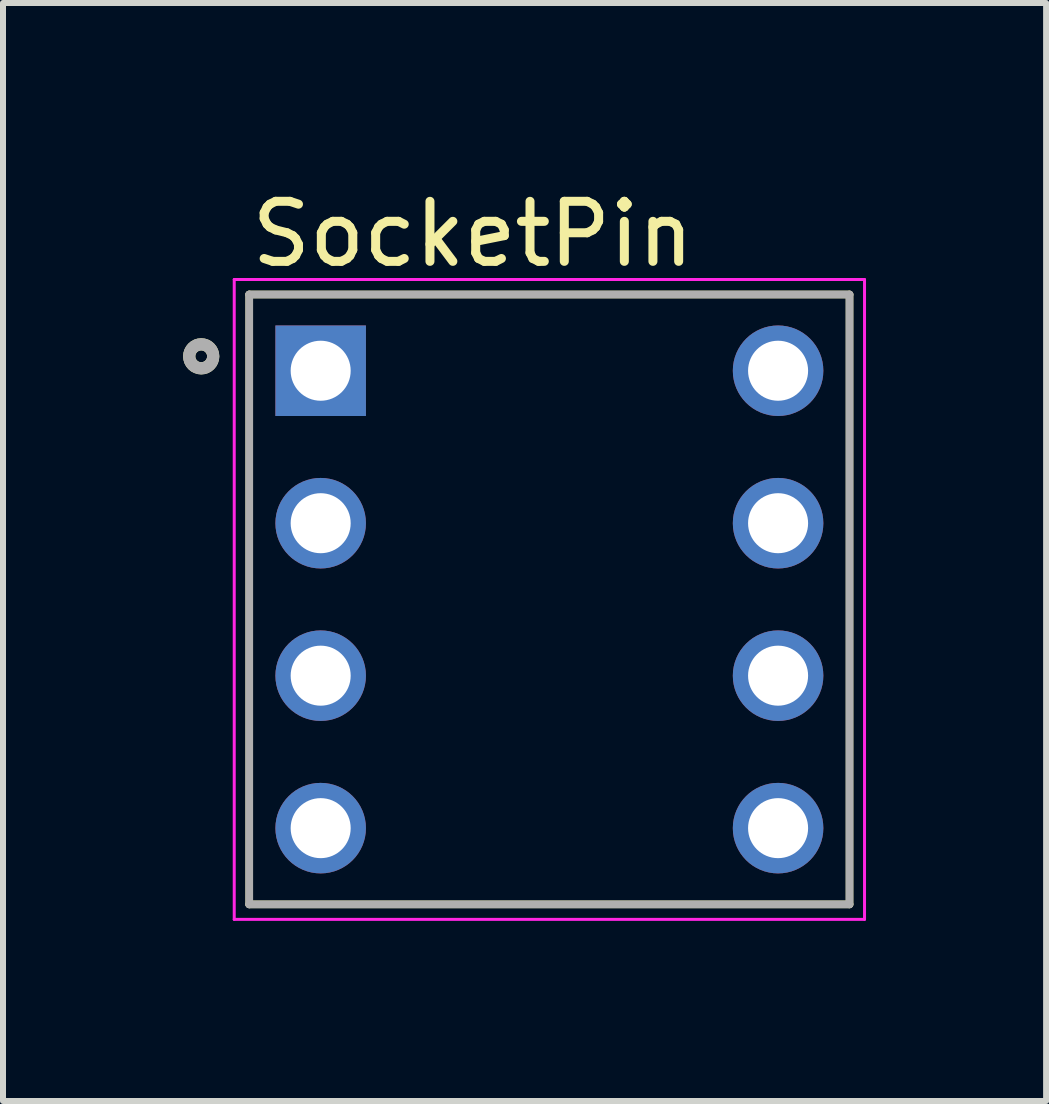
<source format=kicad_pcb>
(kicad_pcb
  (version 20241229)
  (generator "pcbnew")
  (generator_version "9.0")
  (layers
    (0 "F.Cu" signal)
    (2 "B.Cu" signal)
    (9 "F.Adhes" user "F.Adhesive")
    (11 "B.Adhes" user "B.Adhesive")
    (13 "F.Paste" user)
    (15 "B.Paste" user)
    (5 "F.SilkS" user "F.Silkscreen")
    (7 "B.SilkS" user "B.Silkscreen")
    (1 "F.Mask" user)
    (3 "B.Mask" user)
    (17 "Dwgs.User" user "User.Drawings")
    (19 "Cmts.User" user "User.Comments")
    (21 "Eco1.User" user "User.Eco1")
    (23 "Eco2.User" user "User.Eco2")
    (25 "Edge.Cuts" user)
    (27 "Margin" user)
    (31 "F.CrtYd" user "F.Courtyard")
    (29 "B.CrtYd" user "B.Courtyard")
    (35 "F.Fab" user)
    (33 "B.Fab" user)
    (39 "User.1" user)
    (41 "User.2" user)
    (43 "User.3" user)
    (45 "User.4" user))
  (footprint "SocketPin"
    (layer "F.Cu")
    (at 6.102 6.936)
    (property "Reference" "SocketPin" (at -1.275 -6.087 0) (layer "F.SilkS") (effects (font (size 1 1) (thickness 0.15))))
    (attr through_hole)
    (fp_line (start -5 -5.08) (end 5 -5.08) (stroke (width 0.127) (type solid)) (layer "F.SilkS"))
    (fp_line (start -5 5.08) (end -5 -5.08) (stroke (width 0.127) (type solid)) (layer "F.SilkS"))
    (fp_line (start 5 -5.08) (end 5 5.08) (stroke (width 0.127) (type solid)) (layer "F.SilkS"))
    (fp_line (start 5 5.08) (end -5 5.08) (stroke (width 0.127) (type solid)) (layer "F.SilkS"))
    (fp_circle (center -5.8 -4.05) (end -5.6 -4.05) (stroke (width 0.203) (type solid)) (fill no) (layer "F.SilkS"))
    (fp_line (start -5.25 -5.33) (end 5.25 -5.33) (stroke (width 0.05) (type solid)) (layer "F.CrtYd"))
    (fp_line (start -5.25 5.33) (end -5.25 -5.33) (stroke (width 0.05) (type solid)) (layer "F.CrtYd"))
    (fp_line (start 5.25 -5.33) (end 5.25 5.33) (stroke (width 0.05) (type solid)) (layer "F.CrtYd"))
    (fp_line (start 5.25 5.33) (end -5.25 5.33) (stroke (width 0.05) (type solid)) (layer "F.CrtYd"))
    (fp_line (start -5 -5.08) (end 5 -5.08) (stroke (width 0.127) (type solid)) (layer "F.Fab"))
    (fp_line (start -5 5.08) (end -5 -5.08) (stroke (width 0.127) (type solid)) (layer "F.Fab"))
    (fp_line (start 5 -5.08) (end 5 5.08) (stroke (width 0.127) (type solid)) (layer "F.Fab"))
    (fp_line (start 5 5.08) (end -5 5.08) (stroke (width 0.127) (type solid)) (layer "F.Fab"))
    (fp_circle (center -5.8 -4.05) (end -5.6 -4.05) (stroke (width 0.203) (type solid)) (fill no) (layer "F.Fab"))
    (pad "1" thru_hole rect (at -3.81 -3.81) (size 1.508 1.508) (drill 1) (layers "*.Cu" "*.Mask"))
    (pad "2" thru_hole circle (at -3.81 -1.27) (size 1.508 1.508) (drill 1) (layers "*.Cu" "*.Mask"))
    (pad "3" thru_hole circle (at -3.81 1.27) (size 1.508 1.508) (drill 1) (layers "*.Cu" "*.Mask"))
    (pad "4" thru_hole circle (at -3.81 3.81) (size 1.508 1.508) (drill 1) (layers "*.Cu" "*.Mask"))
    (pad "5" thru_hole circle (at 3.81 3.81) (size 1.508 1.508) (drill 1) (layers "*.Cu" "*.Mask"))
    (pad "6" thru_hole circle (at 3.81 1.27) (size 1.508 1.508) (drill 1) (layers "*.Cu" "*.Mask"))
    (pad "7" thru_hole circle (at 3.81 -1.27) (size 1.508 1.508) (drill 1) (layers "*.Cu" "*.Mask"))
    (pad "8" thru_hole circle (at 3.81 -3.81) (size 1.508 1.508) (drill 1) (layers "*.Cu" "*.Mask")))
  (gr_rect
    (start -3 -3)
    (end 14.377 15.291)
    (stroke (width 0.1) (type default))
    (fill no)
    (layer "Edge.Cuts")))
</source>
